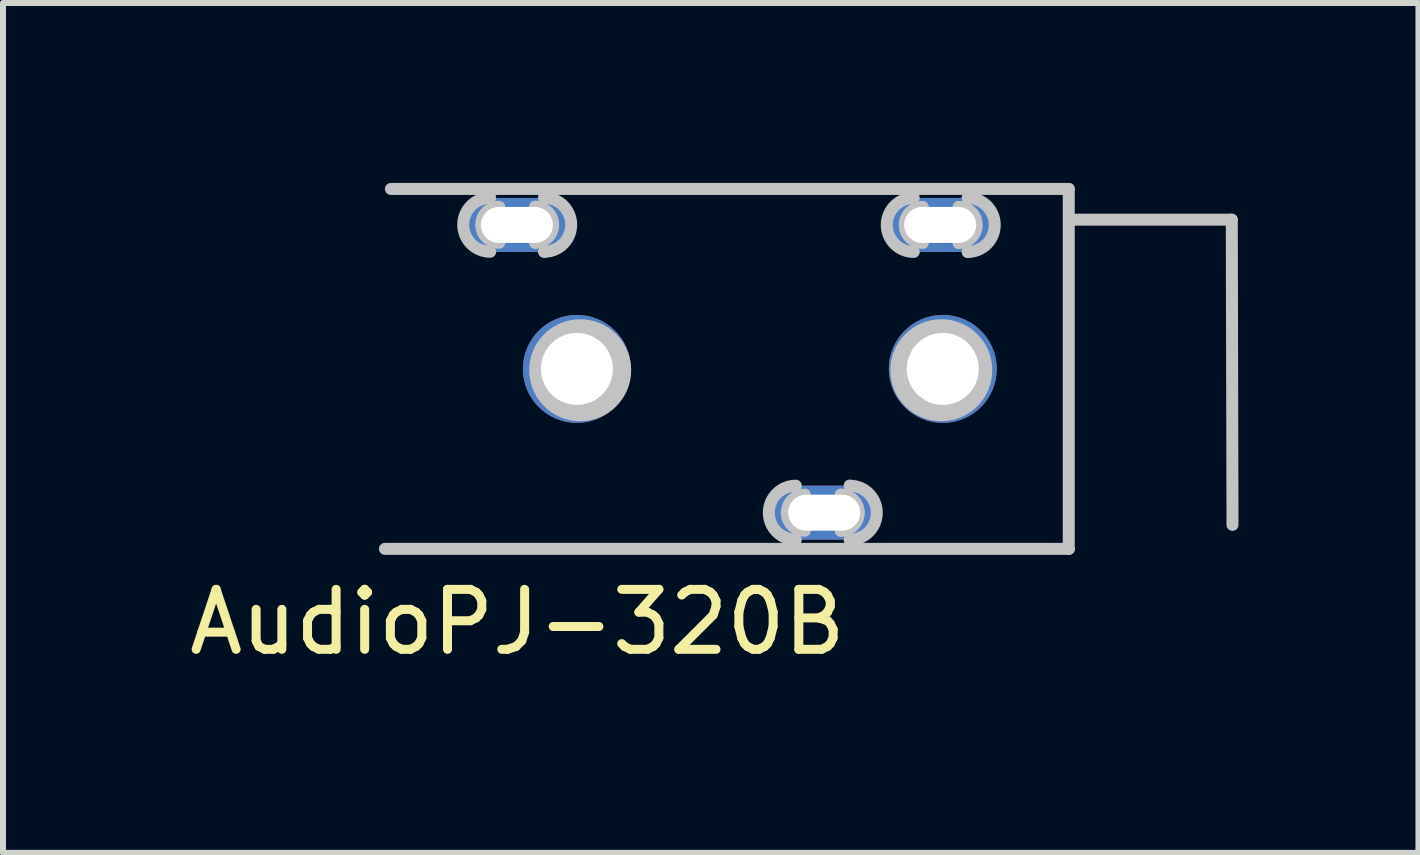
<source format=kicad_pcb>
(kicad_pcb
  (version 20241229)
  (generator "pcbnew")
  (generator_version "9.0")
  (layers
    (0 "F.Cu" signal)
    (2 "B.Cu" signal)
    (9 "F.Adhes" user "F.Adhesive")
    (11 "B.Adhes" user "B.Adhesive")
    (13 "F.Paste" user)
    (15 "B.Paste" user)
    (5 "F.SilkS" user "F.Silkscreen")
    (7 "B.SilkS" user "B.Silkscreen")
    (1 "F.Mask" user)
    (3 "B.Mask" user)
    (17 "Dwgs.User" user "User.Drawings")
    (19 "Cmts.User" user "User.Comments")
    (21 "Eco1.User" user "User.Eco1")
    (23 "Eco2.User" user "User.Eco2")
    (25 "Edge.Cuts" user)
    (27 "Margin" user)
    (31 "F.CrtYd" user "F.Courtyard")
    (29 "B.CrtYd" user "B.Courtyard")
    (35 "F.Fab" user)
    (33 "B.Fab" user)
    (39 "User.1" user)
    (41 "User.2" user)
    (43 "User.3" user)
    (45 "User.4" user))
  (footprint "AudioPJ-320B"
    (layer "F.Cu")
    (at 6.877 2.76)
    (property "Reference" "AudioPJ-320B" (at -1.3 4.56 0) (layer "F.SilkS") (effects (font (size 1 1) (thickness 0.15))))
    (attr through_hole)
    (fp_line (start -3.51 3.34) (end 7.89 3.34) (stroke (width 0.2) (type solid)) (layer "Dwgs.User"))
    (fp_line (start -1.005 -2.363) (end -1.005 -2.363) (stroke (width 0.2) (type solid)) (layer "Dwgs.User"))
    (fp_line (start -1.005 -1.763) (end -1.005 -1.763) (stroke (width 0.2) (type solid)) (layer "Dwgs.User"))
    (fp_line (start -0.855 -2.513) (end -0.855 -2.513) (stroke (width 0.2) (type solid)) (layer "Dwgs.User"))
    (fp_line (start -0.855 -1.613) (end -0.855 -1.613) (stroke (width 0.2) (type solid)) (layer "Dwgs.User"))
    (fp_line (start 4.09 2.437) (end 4.09 2.437) (stroke (width 0.2) (type solid)) (layer "Dwgs.User"))
    (fp_line (start 4.09 3.037) (end 4.09 3.037) (stroke (width 0.2) (type solid)) (layer "Dwgs.User"))
    (fp_line (start 4.24 2.287) (end 4.24 2.287) (stroke (width 0.2) (type solid)) (layer "Dwgs.User"))
    (fp_line (start 4.24 3.187) (end 4.24 3.187) (stroke (width 0.2) (type solid)) (layer "Dwgs.User"))
    (fp_line (start 6.056 -2.36) (end 6.056 -2.36) (stroke (width 0.2) (type solid)) (layer "Dwgs.User"))
    (fp_line (start 6.056 -1.76) (end 6.056 -1.76) (stroke (width 0.2) (type solid)) (layer "Dwgs.User"))
    (fp_line (start 6.206 -2.51) (end 6.206 -2.51) (stroke (width 0.2) (type solid)) (layer "Dwgs.User"))
    (fp_line (start 6.206 -1.61) (end 6.206 -1.61) (stroke (width 0.2) (type solid)) (layer "Dwgs.User"))
    (fp_line (start 7.89 -2.66) (end -3.41 -2.66) (stroke (width 0.2) (type solid)) (layer "Dwgs.User"))
    (fp_line (start 7.89 3.34) (end 7.89 -2.66) (stroke (width 0.2) (type solid)) (layer "Dwgs.User"))
    (fp_line (start 7.89 3.34) (end 7.89 3.34) (stroke (width 0.2) (type solid)) (layer "Dwgs.User"))
    (fp_line (start 7.908 -2.148) (end 10.608 -2.148) (stroke (width 0.2) (type solid)) (layer "Dwgs.User"))
    (fp_line (start 10.608 -2.148) (end 10.62 2.94) (stroke (width 0.2) (type solid)) (layer "Dwgs.User"))
    (fp_arc (start -1.754786 -1.613113) (mid -2.204786 -2.063113) (end -1.754786 -2.513113) (stroke (width 0.2) (type solid)) (layer "Dwgs.User"))
    (fp_arc (start -1.604799 -1.763113) (mid -1.904799 -2.063113) (end -1.604799 -2.363113) (stroke (width 0.2) (type solid)) (layer "Dwgs.User"))
    (fp_arc (start -1.0048 -2.363112) (mid -0.704801 -2.063113) (end -1.0048 -1.763114) (stroke (width 0.2) (type solid)) (layer "Dwgs.User"))
    (fp_arc (start -0.854813 -2.513112) (mid -0.404814 -2.063113) (end -0.854813 -1.613114) (stroke (width 0.2) (type solid)) (layer "Dwgs.User"))
    (fp_arc (start -0.26086 1.111887) (mid -0.25451 -0.38809) (end -0.24816 1.111887) (stroke (width 0.2) (type solid)) (layer "Dwgs.User"))
    (fp_arc (start 3.339946 3.187485) (mid 2.889947 2.737486) (end 3.339946 2.287487) (stroke (width 0.2) (type solid)) (layer "Dwgs.User"))
    (fp_arc (start 3.489933 3.037485) (mid 3.189934 2.737486) (end 3.489933 2.437487) (stroke (width 0.2) (type solid)) (layer "Dwgs.User"))
    (fp_arc (start 4.089932 2.437486) (mid 4.389932 2.737486) (end 4.089932 3.037486) (stroke (width 0.2) (type solid)) (layer "Dwgs.User"))
    (fp_arc (start 4.239919 2.287486) (mid 4.689919 2.737486) (end 4.239919 3.187486) (stroke (width 0.2) (type solid)) (layer "Dwgs.User"))
    (fp_arc (start 5.306414 -1.610067) (mid 4.856415 -2.060066) (end 5.306414 -2.510065) (stroke (width 0.2) (type solid)) (layer "Dwgs.User"))
    (fp_arc (start 5.456401 -1.760067) (mid 5.156402 -2.060066) (end 5.456401 -2.360065) (stroke (width 0.2) (type solid)) (layer "Dwgs.User"))
    (fp_arc (start 5.758941 1.111887) (mid 5.765291 -0.38809) (end 5.771641 1.111887) (stroke (width 0.2) (type solid)) (layer "Dwgs.User"))
    (fp_arc (start 6.0564 -2.360066) (mid 6.3564 -2.060066) (end 6.0564 -1.760066) (stroke (width 0.2) (type solid)) (layer "Dwgs.User"))
    (fp_arc (start 6.206387 -2.510066) (mid 6.656387 -2.060066) (end 6.206387 -1.610066) (stroke (width 0.2) (type solid)) (layer "Dwgs.User"))
    (fp_circle (center -0.247 0.362) (end -0.247 0.962) (stroke (width 0.2) (type solid)) (fill no) (layer "Dwgs.User"))
    (fp_circle (center -0.247 0.362) (end -0.247 0.962) (stroke (width 0.2) (type solid)) (fill no) (layer "Dwgs.User"))
    (fp_circle (center 5.772 0.362) (end 5.772 0.962) (stroke (width 0.2) (type solid)) (fill no) (layer "Dwgs.User"))
    (fp_circle (center 5.772 0.362) (end 5.772 0.962) (stroke (width 0.2) (type solid)) (fill no) (layer "Dwgs.User"))
    (pad "" thru_hole circle (at -0.31 0.34) (size 1.8 1.8) (drill 1.2) (layers "*.Cu" "*.Mask"))
    (pad "" thru_hole circle (at 5.79 0.34) (size 1.8 1.8) (drill 1.2) (layers "*.Cu" "*.Mask"))
    (pad "R" thru_hole oval (at 3.813 2.737) (size 1.8 0.9) (drill oval 1.2 0.6) (layers "*.Cu" "*.Mask"))
    (pad "S" thru_hole oval (at 5.746 -2.06) (size 1.8 0.9) (drill oval 1.2 0.6) (layers "*.Cu" "*.Mask"))
    (pad "T" thru_hole oval (at -1.31 -2.06) (size 1.8 0.9) (drill oval 1.2 0.6) (layers "*.Cu" "*.Mask")))
  (gr_rect
    (start -3 -3)
    (end 20.597 11.168)
    (stroke (width 0.1) (type default))
    (fill no)
    (layer "Edge.Cuts")))
</source>
